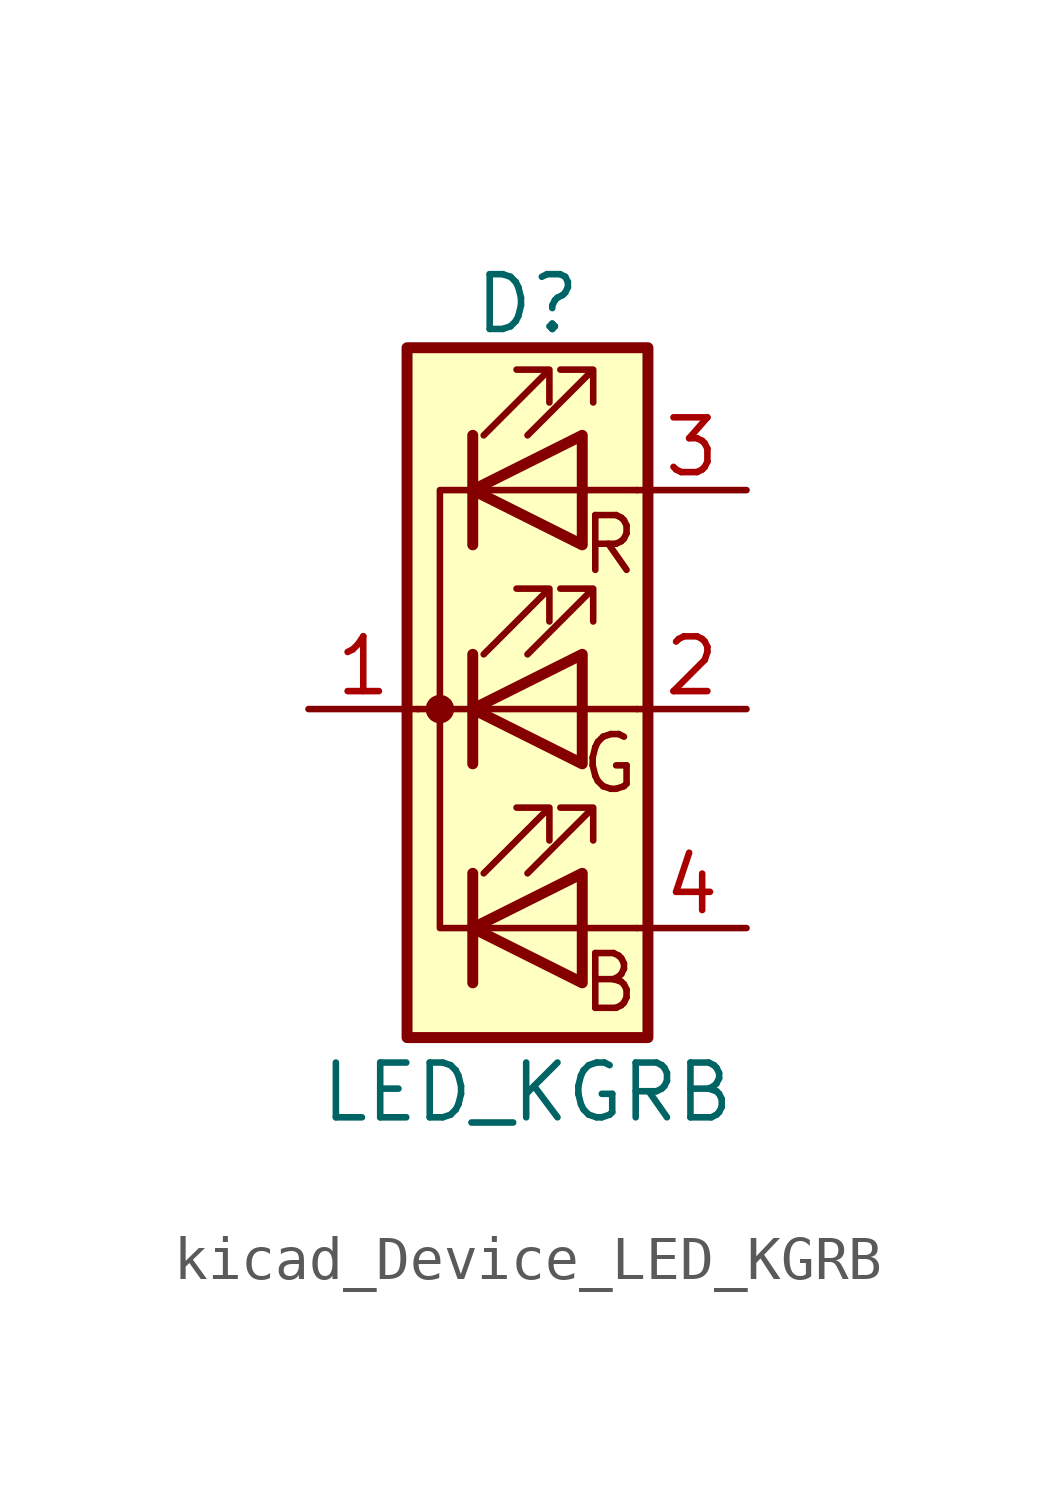
<source format=kicad_sym>
(kicad_symbol_lib
  (version 20220914)
  (generator kicad_symbol_editor)
  (symbol "kicad_Device_LED_KGRB"
    (pin_names
      (offset 0) hide)
    (property "Reference" "D"
      (at 0 9.398 0)
      (effects (font (size 1.27 1.27))))
    (property "Value" "LED_KGRB"
      (at 0 -8.89 0)
      (effects (font (size 1.27 1.27))))
    (symbol "kicad_Device_LED_KGRB_0_0"
      (text "B" (at 1.905 -6.35 0) (effects (font (size 1.27 1.27))))
      (text "G" (at 1.905 -1.27 0) (effects (font (size 1.27 1.27))))
      (text "R" (at 1.905 3.81 0) (effects (font (size 1.27 1.27)))))
    (symbol "kicad_Device_LED_KGRB_0_1"
      (circle (center -2.032 0) (radius 0.254) (stroke (width 0) (type default)) (fill (type outline)))
      (polyline (pts (xy -1.27 -5.08) (xy 1.27 -5.08)) (stroke (width 0) (type default)) (fill (type none)))
      (polyline (pts (xy -1.27 -3.81) (xy -1.27 -6.35)) (stroke (width 0.254) (type default)) (fill (type none)))
      (polyline (pts (xy -1.27 0) (xy -2.54 0)) (stroke (width 0) (type default)) (fill (type none)))
      (polyline (pts (xy -1.27 1.27) (xy -1.27 -1.27)) (stroke (width 0.254) (type default)) (fill (type none)))
      (polyline (pts (xy -1.27 5.08) (xy 1.27 5.08)) (stroke (width 0) (type default)) (fill (type none)))
      (polyline (pts (xy -1.27 6.35) (xy -1.27 3.81)) (stroke (width 0.254) (type default)) (fill (type none)))
      (polyline (pts (xy 1.27 -5.08) (xy 2.54 -5.08)) (stroke (width 0) (type default)) (fill (type none)))
      (polyline (pts (xy 1.27 0) (xy -1.27 0)) (stroke (width 0) (type default)) (fill (type none)))
      (polyline (pts (xy 1.27 0) (xy 2.54 0)) (stroke (width 0) (type default)) (fill (type none)))
      (polyline (pts (xy 1.27 5.08) (xy 2.54 5.08)) (stroke (width 0) (type default)) (fill (type none)))
      (polyline (pts (xy -1.27 1.27) (xy -1.27 -1.27) (xy -1.27 -1.27)) (stroke (width 0) (type default)) (fill (type none)))
      (polyline (pts (xy -1.27 6.35) (xy -1.27 3.81) (xy -1.27 3.81)) (stroke (width 0) (type default)) (fill (type none)))
      (polyline (pts (xy -1.27 5.08) (xy -2.032 5.08) (xy -2.032 -5.08) (xy -1.016 -5.08)) (stroke (width 0) (type default)) (fill (type none)))
      (polyline (pts (xy 1.27 -3.81) (xy 1.27 -6.35) (xy -1.27 -5.08) (xy 1.27 -3.81)) (stroke (width 0.254) (type default)) (fill (type none)))
      (polyline (pts (xy 1.27 1.27) (xy 1.27 -1.27) (xy -1.27 0) (xy 1.27 1.27)) (stroke (width 0.254) (type default)) (fill (type none)))
      (polyline (pts (xy 1.27 6.35) (xy 1.27 3.81) (xy -1.27 5.08) (xy 1.27 6.35)) (stroke (width 0.254) (type default)) (fill (type none)))
      (polyline (pts (xy -1.016 -3.81) (xy 0.508 -2.286) (xy -0.254 -2.286) (xy 0.508 -2.286) (xy 0.508 -3.048)) (stroke (width 0) (type default)) (fill (type none)))
      (polyline (pts (xy -1.016 1.27) (xy 0.508 2.794) (xy -0.254 2.794) (xy 0.508 2.794) (xy 0.508 2.032)) (stroke (width 0) (type default)) (fill (type none)))
      (polyline (pts (xy -1.016 6.35) (xy 0.508 7.874) (xy -0.254 7.874) (xy 0.508 7.874) (xy 0.508 7.112)) (stroke (width 0) (type default)) (fill (type none)))
      (polyline (pts (xy 0 -3.81) (xy 1.524 -2.286) (xy 0.762 -2.286) (xy 1.524 -2.286) (xy 1.524 -3.048)) (stroke (width 0) (type default)) (fill (type none)))
      (polyline (pts (xy 0 1.27) (xy 1.524 2.794) (xy 0.762 2.794) (xy 1.524 2.794) (xy 1.524 2.032)) (stroke (width 0) (type default)) (fill (type none)))
      (polyline (pts (xy 0 6.35) (xy 1.524 7.874) (xy 0.762 7.874) (xy 1.524 7.874) (xy 1.524 7.112)) (stroke (width 0) (type default)) (fill (type none)))
      (rectangle (start 1.27 -1.27) (end 1.27 1.27) (stroke (width 0) (type default)) (fill (type none)))
      (rectangle (start 1.27 1.27) (end 1.27 1.27) (stroke (width 0) (type default)) (fill (type none)))
      (rectangle (start 1.27 3.81) (end 1.27 6.35) (stroke (width 0) (type default)) (fill (type none)))
      (rectangle (start 1.27 6.35) (end 1.27 6.35) (stroke (width 0) (type default)) (fill (type none)))
      (rectangle (start 2.794 8.382) (end -2.794 -7.62) (stroke (width 0.254) (type default)) (fill (type background))))
    (symbol "kicad_Device_LED_KGRB_1_1"
      (pin passive line (at -5.08 0 0) (length 2.54) (name "K" (effects (font (size 1.27 1.27)))) (number "1" (effects (font (size 1.27 1.27)))))
      (pin passive line (at 5.08 0 180) (length 2.54) (name "GA" (effects (font (size 1.27 1.27)))) (number "2" (effects (font (size 1.27 1.27)))))
      (pin passive line (at 5.08 5.08 180) (length 2.54) (name "RA" (effects (font (size 1.27 1.27)))) (number "3" (effects (font (size 1.27 1.27)))))
      (pin passive line (at 5.08 -5.08 180) (length 2.54) (name "BA" (effects (font (size 1.27 1.27)))) (number "4" (effects (font (size 1.27 1.27))))))))
</source>
